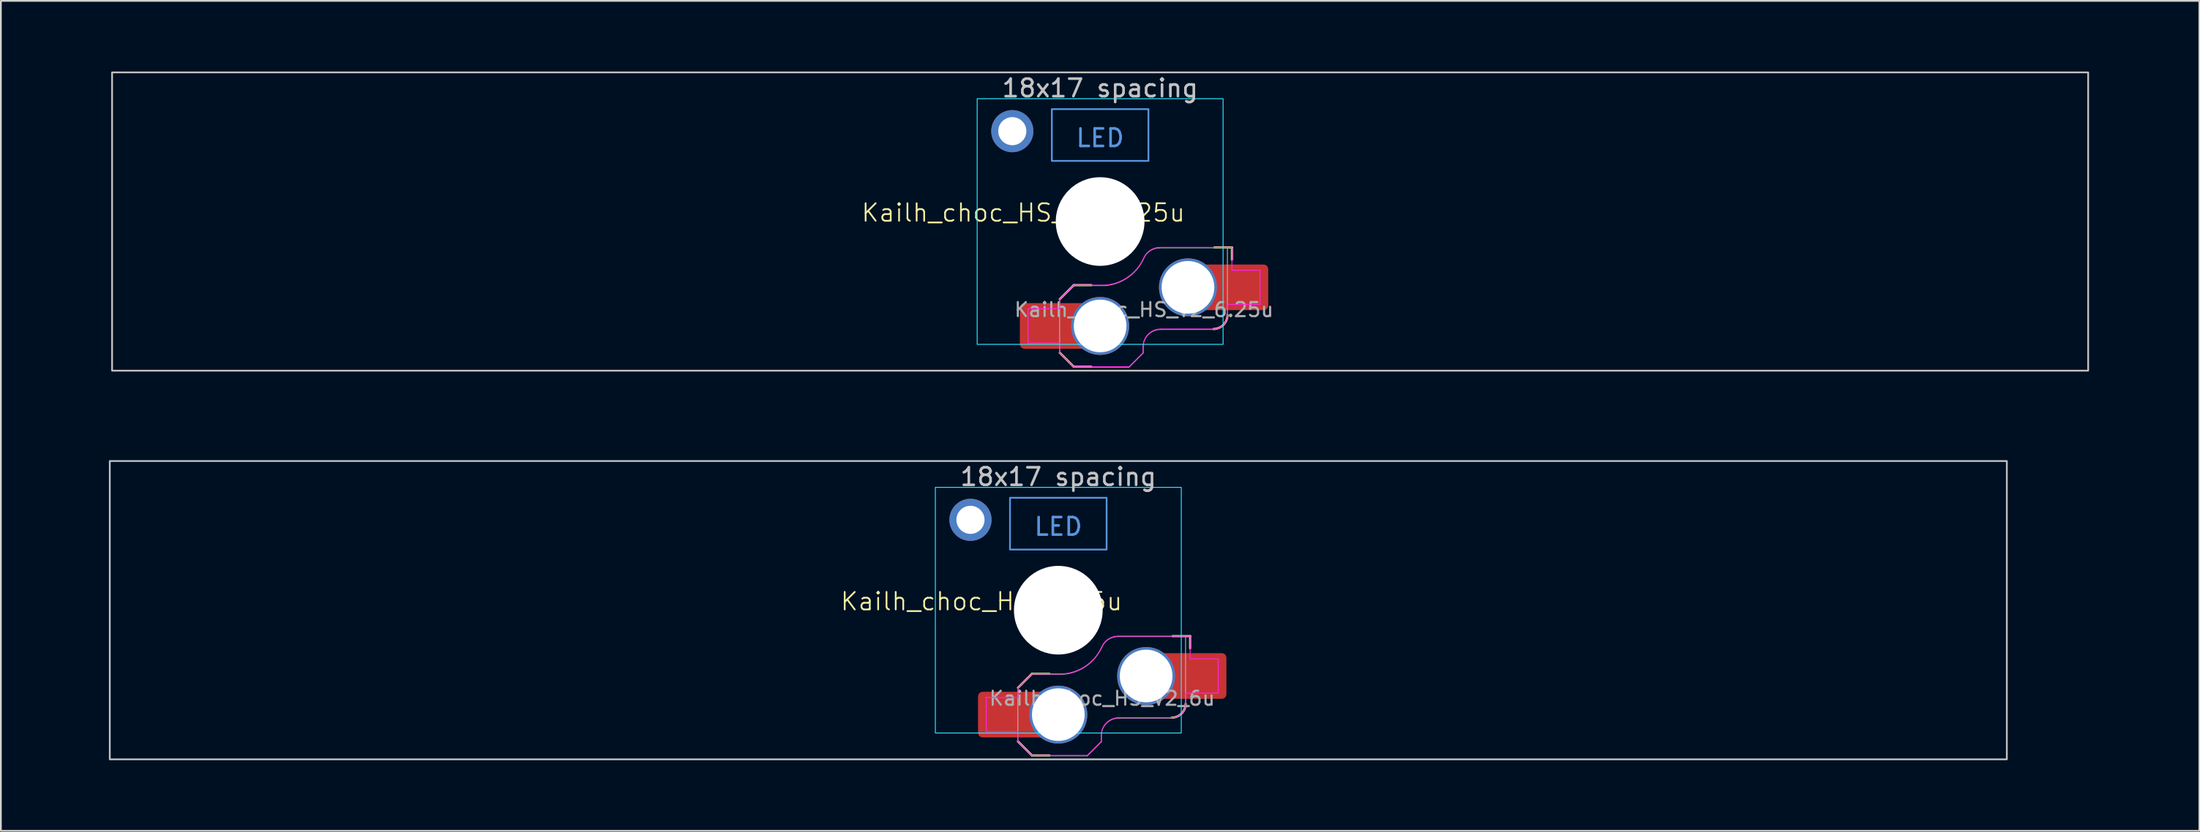
<source format=kicad_pcb>
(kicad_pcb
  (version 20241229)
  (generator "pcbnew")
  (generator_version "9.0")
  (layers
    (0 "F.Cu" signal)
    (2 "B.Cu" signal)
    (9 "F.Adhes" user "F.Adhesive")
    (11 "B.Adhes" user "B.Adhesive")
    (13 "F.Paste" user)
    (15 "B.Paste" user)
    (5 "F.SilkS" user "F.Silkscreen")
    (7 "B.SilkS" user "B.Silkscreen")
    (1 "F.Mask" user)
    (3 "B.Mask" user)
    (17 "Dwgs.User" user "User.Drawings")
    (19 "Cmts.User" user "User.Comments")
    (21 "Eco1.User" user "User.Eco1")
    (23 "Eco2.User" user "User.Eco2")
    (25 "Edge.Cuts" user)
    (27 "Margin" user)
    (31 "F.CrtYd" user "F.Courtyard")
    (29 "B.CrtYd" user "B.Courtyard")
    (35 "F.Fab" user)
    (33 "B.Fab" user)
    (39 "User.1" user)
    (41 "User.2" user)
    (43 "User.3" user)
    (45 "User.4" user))
  (footprint "Kailh_choc_HS_V2_6u"
    (layer "F.Cu")
    (at 57.2 31.725)
    (property "Reference" "Kailh_choc_HS_V2_6u" (at -4.375 -0.5 0) (unlocked yes) (layer "F.SilkS") (effects (font (size 1 1) (thickness 0.1))))
    (fp_line (start -2.3 7.475) (end -1.5 8.275) (stroke (width 0.12) (type solid)) (layer "F.SilkS"))
    (fp_line (start -1.5 3.625) (end -2.3 4.425) (stroke (width 0.12) (type solid)) (layer "F.SilkS"))
    (fp_line (start -1.5 3.625) (end -0.5 3.625) (stroke (width 0.12) (type solid)) (layer "F.SilkS"))
    (fp_line (start -1.5 8.275) (end -0.5 8.275) (stroke (width 0.12) (type solid)) (layer "F.SilkS"))
    (fp_line (start 7.504 1.475) (end 6.504 1.475) (stroke (width 0.12) (type solid)) (layer "F.SilkS"))
    (fp_line (start 7.504 1.475) (end 7.504 2.175) (stroke (width 0.12) (type solid)) (layer "F.SilkS"))
    (fp_arc (start 7.25 5.325) (mid 7.015685 5.890685) (end 6.45 6.125) (stroke (width 0.12) (type solid)) (layer "F.SilkS"))
    (fp_rect (start -54 -8.5) (end 54 8.5) (stroke (width 0.1) (type solid)) (fill no) (layer "Dwgs.User"))
    (fp_rect (start -2.75 -6.405) (end 2.75 -3.455) (stroke (width 0.1) (type default)) (fill no) (layer "Cmts.User"))
    (fp_rect (start -57.15 -9.525) (end 57.15 9.525) (stroke (width 0.1) (type solid)) (fill no) (layer "Eco1.User"))
    (fp_line (start -6.95 6.45) (end -6.95 -6.45) (stroke (width 0.05) (type solid)) (layer "Eco2.User"))
    (fp_line (start -6.45 -6.95) (end 6.45 -6.95) (stroke (width 0.05) (type solid)) (layer "Eco2.User"))
    (fp_line (start 6.45 6.95) (end -6.45 6.95) (stroke (width 0.05) (type solid)) (layer "Eco2.User"))
    (fp_line (start 6.95 -6.45) (end 6.95 6.45) (stroke (width 0.05) (type solid)) (layer "Eco2.User"))
    (fp_arc (start -6.95 -6.45) (mid -6.803553 -6.803553) (end -6.45 -6.95) (stroke (width 0.05) (type solid)) (layer "Eco2.User"))
    (fp_arc (start -6.45 6.95) (mid -6.803553 6.803553) (end -6.95 6.45) (stroke (width 0.05) (type solid)) (layer "Eco2.User"))
    (fp_arc (start 6.45 -6.95) (mid 6.803553 -6.803553) (end 6.95 -6.45) (stroke (width 0.05) (type solid)) (layer "Eco2.User"))
    (fp_arc (start 6.95 6.45) (mid 6.803553 6.803553) (end 6.45 6.95) (stroke (width 0.05) (type solid)) (layer "Eco2.User"))
    (fp_arc (start 6.95 6.45) (mid 6.803553 6.803553) (end 6.45 6.95) (stroke (width 0.05) (type solid)) (layer "Eco2.User"))
    (fp_rect (start -7 -7) (end 7 7) (stroke (width 0.05) (type default)) (fill no) (layer "B.CrtYd"))
    (fp_line (start -4.104 4.975) (end -4.104 6.925) (stroke (width 0.05) (type solid)) (layer "F.CrtYd"))
    (fp_line (start -4.104 4.975) (end -2.3 4.975) (stroke (width 0.05) (type solid)) (layer "F.CrtYd"))
    (fp_line (start -4.104 6.925) (end -2.3 6.925) (stroke (width 0.05) (type solid)) (layer "F.CrtYd"))
    (fp_line (start -2.3 4.975) (end -2.3 4.425) (stroke (width 0.05) (type solid)) (layer "F.CrtYd"))
    (fp_line (start -2.3 7.475) (end -2.3 6.925) (stroke (width 0.05) (type solid)) (layer "F.CrtYd"))
    (fp_line (start -2.3 7.475) (end -1.5 8.275) (stroke (width 0.05) (type solid)) (layer "F.CrtYd"))
    (fp_line (start -1.5 3.625) (end -2.3 4.425) (stroke (width 0.05) (type solid)) (layer "F.CrtYd"))
    (fp_line (start -1.5 3.625) (end 0.3 3.625) (stroke (width 0.05) (type solid)) (layer "F.CrtYd"))
    (fp_line (start -1.5 8.275) (end 1.65 8.275) (stroke (width 0.05) (type solid)) (layer "F.CrtYd"))
    (fp_line (start 2.45 7.475) (end 1.65 8.275) (stroke (width 0.05) (type solid)) (layer "F.CrtYd"))
    (fp_line (start 2.45 7.475) (end 2.45 7.125) (stroke (width 0.05) (type solid)) (layer "F.CrtYd"))
    (fp_line (start 3.45 6.125) (end 6.45 6.125) (stroke (width 0.05) (type solid)) (layer "F.CrtYd"))
    (fp_line (start 7.25 4.725) (end 9.104 4.725) (stroke (width 0.05) (type solid)) (layer "F.CrtYd"))
    (fp_line (start 7.25 5.325) (end 7.25 4.725) (stroke (width 0.05) (type solid)) (layer "F.CrtYd"))
    (fp_line (start 7.504 1.475) (end 3.4 1.475) (stroke (width 0.05) (type solid)) (layer "F.CrtYd"))
    (fp_line (start 7.504 1.475) (end 7.504 2.175) (stroke (width 0.05) (type solid)) (layer "F.CrtYd"))
    (fp_line (start 7.504 2.175) (end 7.504 2.775) (stroke (width 0.05) (type solid)) (layer "F.CrtYd"))
    (fp_line (start 9.104 2.775) (end 7.504 2.775) (stroke (width 0.05) (type solid)) (layer "F.CrtYd"))
    (fp_line (start 9.104 4.725) (end 9.104 2.775) (stroke (width 0.05) (type solid)) (layer "F.CrtYd"))
    (fp_arc (start 2.45 7.125) (mid 2.742893 6.417893) (end 3.45 6.125) (stroke (width 0.05) (type solid)) (layer "F.CrtYd"))
    (fp_arc (start 2.455444 2.13293) (mid 1.577272 3.167235) (end 0.299999 3.624999) (stroke (width 0.05) (type solid)) (layer "F.CrtYd"))
    (fp_arc (start 2.460307 2.13298) (mid 2.826423 1.655848) (end 3.4 1.475) (stroke (width 0.05) (type solid)) (layer "F.CrtYd"))
    (fp_arc (start 7.25 5.325) (mid 7.015685 5.890685) (end 6.45 6.125) (stroke (width 0.05) (type solid)) (layer "F.CrtYd"))
    (fp_line (start -2.304 7.5) (end -2.304 4.45) (stroke (width 0.05) (type solid)) (layer "F.Fab"))
    (fp_line (start -2.304 7.5) (end -1.504 8.3) (stroke (width 0.05) (type solid)) (layer "F.Fab"))
    (fp_line (start -1.504 3.65) (end -2.304 4.45) (stroke (width 0.05) (type solid)) (layer "F.Fab"))
    (fp_line (start -1.504 3.65) (end 0.296 3.65) (stroke (width 0.05) (type solid)) (layer "F.Fab"))
    (fp_line (start -1.504 8.3) (end 1.646 8.3) (stroke (width 0.05) (type solid)) (layer "F.Fab"))
    (fp_line (start 2.446 7.5) (end 1.646 8.3) (stroke (width 0.05) (type solid)) (layer "F.Fab"))
    (fp_line (start 2.446 7.5) (end 2.446 7.15) (stroke (width 0.05) (type solid)) (layer "F.Fab"))
    (fp_line (start 3.446 6.15) (end 6.446 6.15) (stroke (width 0.05) (type solid)) (layer "F.Fab"))
    (fp_line (start 7.246 1.5) (end 3.396 1.5) (stroke (width 0.05) (type solid)) (layer "F.Fab"))
    (fp_line (start 7.246 5.35) (end 7.246 1.5) (stroke (width 0.05) (type solid)) (layer "F.Fab"))
    (fp_arc (start 2.446 7.15) (mid 2.738893 6.442893) (end 3.446 6.15) (stroke (width 0.05) (type solid)) (layer "F.Fab"))
    (fp_arc (start 2.451444 2.15793) (mid 1.573272 3.192235) (end 0.295999 3.649999) (stroke (width 0.05) (type solid)) (layer "F.Fab"))
    (fp_arc (start 2.456307 2.15798) (mid 2.822423 1.680848) (end 3.396 1.5) (stroke (width 0.05) (type solid)) (layer "F.Fab"))
    (fp_arc (start 7.246 5.35) (mid 7.011685 5.915685) (end 6.446 6.15) (stroke (width 0.05) (type solid)) (layer "F.Fab"))
    (fp_text user "18x17 spacing" (at 0 -7.6 0) (layer "Dwgs.User") (effects (font (size 1 1) (thickness 0.15))))
    (fp_text user "LED" (at 0 -4.763 0) (unlocked yes) (layer "Cmts.User") (effects (font (size 1 1) (thickness 0.15))))
    (fp_text user "19.05 spacing" (at 0 -8.7 0) (layer "Eco1.User") (effects (font (size 1 1) (thickness 0.15))))
    (fp_text user "${REFERENCE}" (at 2.496 5.025 0) (layer "F.Fab") (effects (font (size 0.8 0.8) (thickness 0.12))))
    (pad "" np_thru_hole circle (at 0 0) (size 5.05 5.05) (drill 5.05) (layers "*.Cu" "*.Mask"))
    (pad "1" thru_hole circle (at 5 3.75) (size 3.3 3.3) (drill 3) (property pad_prop_mechanical) (layers "*.Cu" "F.Mask"))
    (pad "1" smd rect (at 6.55 3.75) (size 1.2 2.6) (layers "F.Cu"))
    (pad "1" smd roundrect (at 8.245 3.75) (size 2.65 2.6) (layers "F.Cu" "F.Mask" "F.Paste") (roundrect_rratio 0.1))
    (pad "2" smd roundrect (at -3.245 5.95) (size 2.65 2.6) (layers "F.Cu" "F.Mask" "F.Paste") (roundrect_rratio 0.1))
    (pad "2" smd rect (at -1.55 5.95 180) (size 1.2 2.6) (layers "F.Cu"))
    (pad "2" thru_hole circle (at 0 5.95) (size 3.3 3.3) (drill 3) (property pad_prop_mechanical) (layers "*.Cu" "F.Mask"))
    (pad "MP" thru_hole circle (at -5 -5.15 180) (size 2.4 2.4) (drill 1.6) (layers "*.Cu" "F.Mask")))
  (footprint "Kailh_choc_HS_V2_6.25u"
    (layer "F.Cu")
    (at 59.581 9.575)
    (property "Reference" "Kailh_choc_HS_V2_6.25u" (at -4.375 -0.5 0) (unlocked yes) (layer "F.SilkS") (effects (font (size 1 1) (thickness 0.1))))
    (fp_line (start -2.3 7.475) (end -1.5 8.275) (stroke (width 0.12) (type solid)) (layer "F.SilkS"))
    (fp_line (start -1.5 3.625) (end -2.3 4.425) (stroke (width 0.12) (type solid)) (layer "F.SilkS"))
    (fp_line (start -1.5 3.625) (end -0.5 3.625) (stroke (width 0.12) (type solid)) (layer "F.SilkS"))
    (fp_line (start -1.5 8.275) (end -0.5 8.275) (stroke (width 0.12) (type solid)) (layer "F.SilkS"))
    (fp_line (start 7.504 1.475) (end 6.504 1.475) (stroke (width 0.12) (type solid)) (layer "F.SilkS"))
    (fp_line (start 7.504 1.475) (end 7.504 2.175) (stroke (width 0.12) (type solid)) (layer "F.SilkS"))
    (fp_arc (start 7.25 5.325) (mid 7.015685 5.890685) (end 6.45 6.125) (stroke (width 0.12) (type solid)) (layer "F.SilkS"))
    (fp_rect (start -56.25 -8.5) (end 56.25 8.5) (stroke (width 0.1) (type solid)) (fill no) (layer "Dwgs.User"))
    (fp_rect (start -2.75 -6.405) (end 2.75 -3.455) (stroke (width 0.1) (type default)) (fill no) (layer "Cmts.User"))
    (fp_rect (start -59.531 -9.525) (end 59.531 9.525) (stroke (width 0.1) (type solid)) (fill no) (layer "Eco1.User"))
    (fp_line (start -6.95 6.45) (end -6.95 -6.45) (stroke (width 0.05) (type solid)) (layer "Eco2.User"))
    (fp_line (start -6.45 -6.95) (end 6.45 -6.95) (stroke (width 0.05) (type solid)) (layer "Eco2.User"))
    (fp_line (start 6.45 6.95) (end -6.45 6.95) (stroke (width 0.05) (type solid)) (layer "Eco2.User"))
    (fp_line (start 6.95 -6.45) (end 6.95 6.45) (stroke (width 0.05) (type solid)) (layer "Eco2.User"))
    (fp_arc (start -6.95 -6.45) (mid -6.803553 -6.803553) (end -6.45 -6.95) (stroke (width 0.05) (type solid)) (layer "Eco2.User"))
    (fp_arc (start -6.45 6.95) (mid -6.803553 6.803553) (end -6.95 6.45) (stroke (width 0.05) (type solid)) (layer "Eco2.User"))
    (fp_arc (start 6.45 -6.95) (mid 6.803553 -6.803553) (end 6.95 -6.45) (stroke (width 0.05) (type solid)) (layer "Eco2.User"))
    (fp_arc (start 6.95 6.45) (mid 6.803553 6.803553) (end 6.45 6.95) (stroke (width 0.05) (type solid)) (layer "Eco2.User"))
    (fp_arc (start 6.95 6.45) (mid 6.803553 6.803553) (end 6.45 6.95) (stroke (width 0.05) (type solid)) (layer "Eco2.User"))
    (fp_rect (start -7 -7) (end 7 7) (stroke (width 0.05) (type default)) (fill no) (layer "B.CrtYd"))
    (fp_line (start -4.104 4.975) (end -4.104 6.925) (stroke (width 0.05) (type solid)) (layer "F.CrtYd"))
    (fp_line (start -4.104 4.975) (end -2.3 4.975) (stroke (width 0.05) (type solid)) (layer "F.CrtYd"))
    (fp_line (start -4.104 6.925) (end -2.3 6.925) (stroke (width 0.05) (type solid)) (layer "F.CrtYd"))
    (fp_line (start -2.3 4.975) (end -2.3 4.425) (stroke (width 0.05) (type solid)) (layer "F.CrtYd"))
    (fp_line (start -2.3 7.475) (end -2.3 6.925) (stroke (width 0.05) (type solid)) (layer "F.CrtYd"))
    (fp_line (start -2.3 7.475) (end -1.5 8.275) (stroke (width 0.05) (type solid)) (layer "F.CrtYd"))
    (fp_line (start -1.5 3.625) (end -2.3 4.425) (stroke (width 0.05) (type solid)) (layer "F.CrtYd"))
    (fp_line (start -1.5 3.625) (end 0.3 3.625) (stroke (width 0.05) (type solid)) (layer "F.CrtYd"))
    (fp_line (start -1.5 8.275) (end 1.65 8.275) (stroke (width 0.05) (type solid)) (layer "F.CrtYd"))
    (fp_line (start 2.45 7.475) (end 1.65 8.275) (stroke (width 0.05) (type solid)) (layer "F.CrtYd"))
    (fp_line (start 2.45 7.475) (end 2.45 7.125) (stroke (width 0.05) (type solid)) (layer "F.CrtYd"))
    (fp_line (start 3.45 6.125) (end 6.45 6.125) (stroke (width 0.05) (type solid)) (layer "F.CrtYd"))
    (fp_line (start 7.25 4.725) (end 9.104 4.725) (stroke (width 0.05) (type solid)) (layer "F.CrtYd"))
    (fp_line (start 7.25 5.325) (end 7.25 4.725) (stroke (width 0.05) (type solid)) (layer "F.CrtYd"))
    (fp_line (start 7.504 1.475) (end 3.4 1.475) (stroke (width 0.05) (type solid)) (layer "F.CrtYd"))
    (fp_line (start 7.504 1.475) (end 7.504 2.175) (stroke (width 0.05) (type solid)) (layer "F.CrtYd"))
    (fp_line (start 7.504 2.175) (end 7.504 2.775) (stroke (width 0.05) (type solid)) (layer "F.CrtYd"))
    (fp_line (start 9.104 2.775) (end 7.504 2.775) (stroke (width 0.05) (type solid)) (layer "F.CrtYd"))
    (fp_line (start 9.104 4.725) (end 9.104 2.775) (stroke (width 0.05) (type solid)) (layer "F.CrtYd"))
    (fp_arc (start 2.45 7.125) (mid 2.742893 6.417893) (end 3.45 6.125) (stroke (width 0.05) (type solid)) (layer "F.CrtYd"))
    (fp_arc (start 2.455444 2.13293) (mid 1.577272 3.167235) (end 0.299999 3.624999) (stroke (width 0.05) (type solid)) (layer "F.CrtYd"))
    (fp_arc (start 2.460307 2.13298) (mid 2.826423 1.655848) (end 3.4 1.475) (stroke (width 0.05) (type solid)) (layer "F.CrtYd"))
    (fp_arc (start 7.25 5.325) (mid 7.015685 5.890685) (end 6.45 6.125) (stroke (width 0.05) (type solid)) (layer "F.CrtYd"))
    (fp_line (start -2.304 7.5) (end -2.304 4.45) (stroke (width 0.05) (type solid)) (layer "F.Fab"))
    (fp_line (start -2.304 7.5) (end -1.504 8.3) (stroke (width 0.05) (type solid)) (layer "F.Fab"))
    (fp_line (start -1.504 3.65) (end -2.304 4.45) (stroke (width 0.05) (type solid)) (layer "F.Fab"))
    (fp_line (start -1.504 3.65) (end 0.296 3.65) (stroke (width 0.05) (type solid)) (layer "F.Fab"))
    (fp_line (start -1.504 8.3) (end 1.646 8.3) (stroke (width 0.05) (type solid)) (layer "F.Fab"))
    (fp_line (start 2.446 7.5) (end 1.646 8.3) (stroke (width 0.05) (type solid)) (layer "F.Fab"))
    (fp_line (start 2.446 7.5) (end 2.446 7.15) (stroke (width 0.05) (type solid)) (layer "F.Fab"))
    (fp_line (start 3.446 6.15) (end 6.446 6.15) (stroke (width 0.05) (type solid)) (layer "F.Fab"))
    (fp_line (start 7.246 1.5) (end 3.396 1.5) (stroke (width 0.05) (type solid)) (layer "F.Fab"))
    (fp_line (start 7.246 5.35) (end 7.246 1.5) (stroke (width 0.05) (type solid)) (layer "F.Fab"))
    (fp_arc (start 2.446 7.15) (mid 2.738893 6.442893) (end 3.446 6.15) (stroke (width 0.05) (type solid)) (layer "F.Fab"))
    (fp_arc (start 2.451444 2.15793) (mid 1.573272 3.192235) (end 0.295999 3.649999) (stroke (width 0.05) (type solid)) (layer "F.Fab"))
    (fp_arc (start 2.456307 2.15798) (mid 2.822423 1.680848) (end 3.396 1.5) (stroke (width 0.05) (type solid)) (layer "F.Fab"))
    (fp_arc (start 7.246 5.35) (mid 7.011685 5.915685) (end 6.446 6.15) (stroke (width 0.05) (type solid)) (layer "F.Fab"))
    (fp_text user "18x17 spacing" (at 0 -7.6 0) (layer "Dwgs.User") (effects (font (size 1 1) (thickness 0.15))))
    (fp_text user "LED" (at 0 -4.763 0) (unlocked yes) (layer "Cmts.User") (effects (font (size 1 1) (thickness 0.15))))
    (fp_text user "19.05 spacing" (at 0 -8.7 0) (layer "Eco1.User") (effects (font (size 1 1) (thickness 0.15))))
    (fp_text user "${REFERENCE}" (at 2.496 5.025 0) (layer "F.Fab") (effects (font (size 0.8 0.8) (thickness 0.12))))
    (pad "" np_thru_hole circle (at 0 0) (size 5.05 5.05) (drill 5.05) (layers "*.Cu" "*.Mask"))
    (pad "1" thru_hole circle (at 5 3.75) (size 3.3 3.3) (drill 3) (property pad_prop_mechanical) (layers "*.Cu" "F.Mask"))
    (pad "1" smd rect (at 6.55 3.75) (size 1.2 2.6) (layers "F.Cu"))
    (pad "1" smd roundrect (at 8.245 3.75) (size 2.65 2.6) (layers "F.Cu" "F.Mask" "F.Paste") (roundrect_rratio 0.1))
    (pad "2" smd roundrect (at -3.245 5.95) (size 2.65 2.6) (layers "F.Cu" "F.Mask" "F.Paste") (roundrect_rratio 0.1))
    (pad "2" smd rect (at -1.55 5.95 180) (size 1.2 2.6) (layers "F.Cu"))
    (pad "2" thru_hole circle (at 0 5.95) (size 3.3 3.3) (drill 3) (property pad_prop_mechanical) (layers "*.Cu" "F.Mask"))
    (pad "MP" thru_hole circle (at -5 -5.15 180) (size 2.4 2.4) (drill 1.6) (layers "*.Cu" "F.Mask")))
  (gr_rect
    (start -3 -3)
    (end 122.162 44.3)
    (stroke (width 0.1) (type default))
    (fill no)
    (layer "Edge.Cuts")))
</source>
